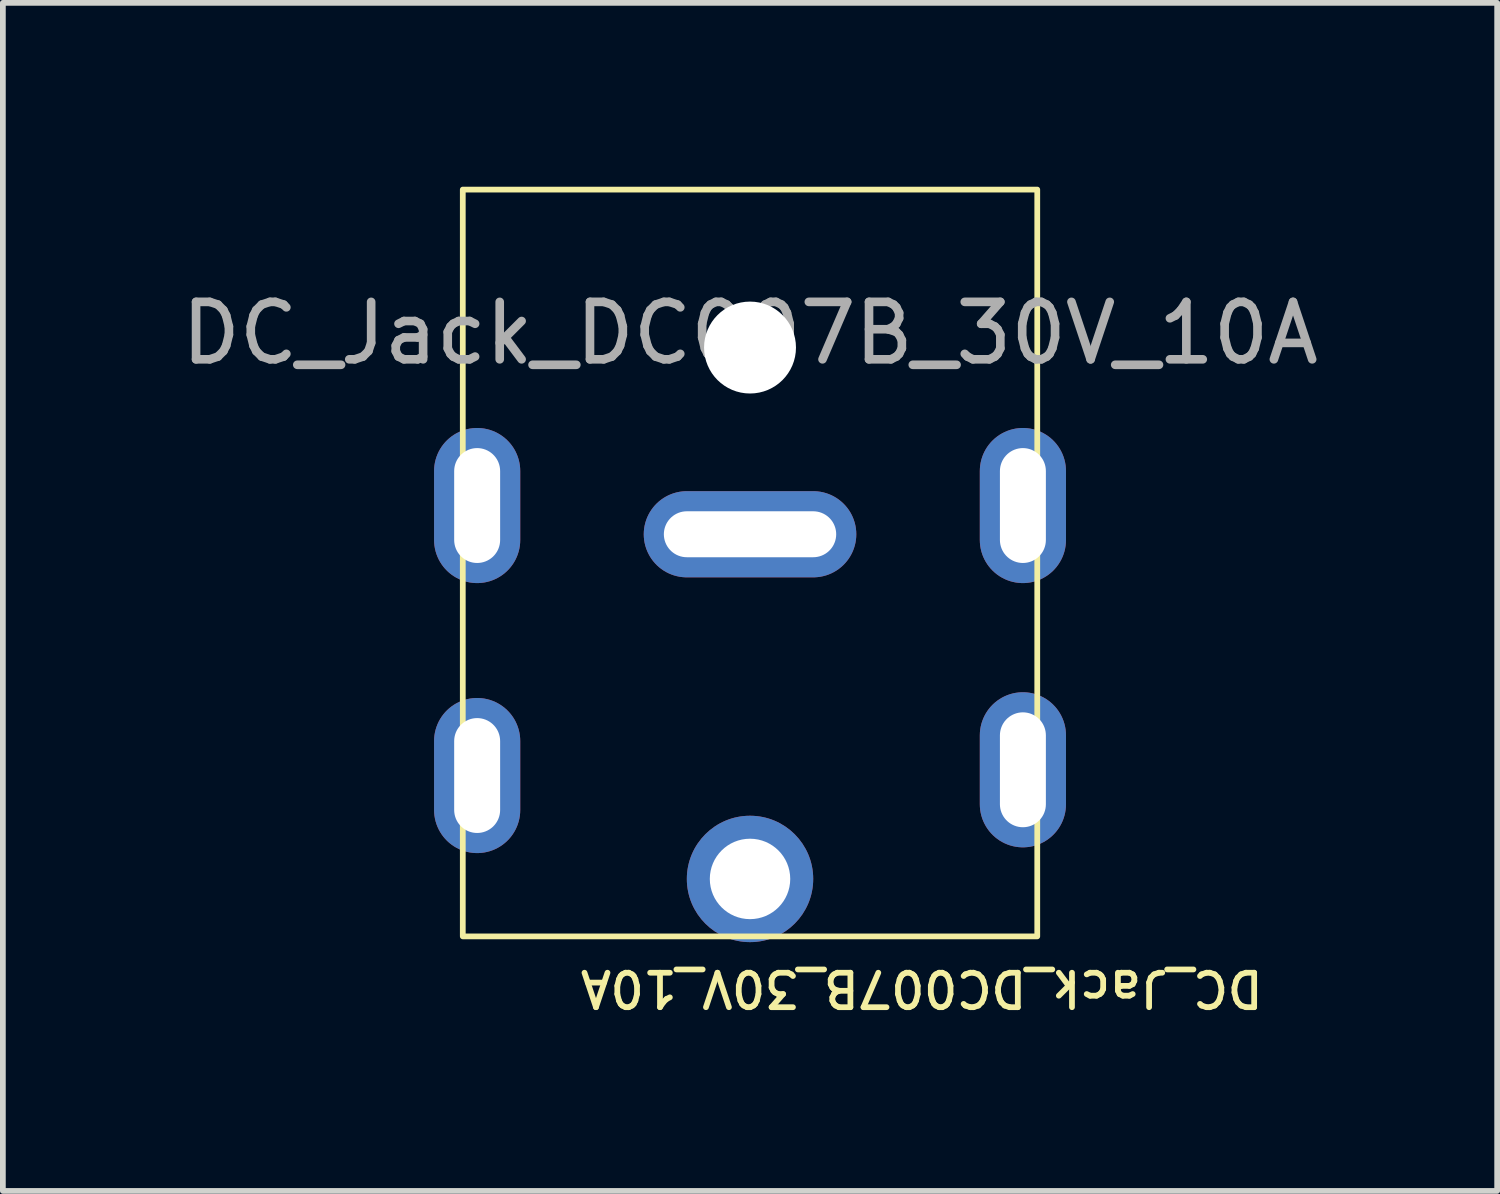
<source format=kicad_pcb>
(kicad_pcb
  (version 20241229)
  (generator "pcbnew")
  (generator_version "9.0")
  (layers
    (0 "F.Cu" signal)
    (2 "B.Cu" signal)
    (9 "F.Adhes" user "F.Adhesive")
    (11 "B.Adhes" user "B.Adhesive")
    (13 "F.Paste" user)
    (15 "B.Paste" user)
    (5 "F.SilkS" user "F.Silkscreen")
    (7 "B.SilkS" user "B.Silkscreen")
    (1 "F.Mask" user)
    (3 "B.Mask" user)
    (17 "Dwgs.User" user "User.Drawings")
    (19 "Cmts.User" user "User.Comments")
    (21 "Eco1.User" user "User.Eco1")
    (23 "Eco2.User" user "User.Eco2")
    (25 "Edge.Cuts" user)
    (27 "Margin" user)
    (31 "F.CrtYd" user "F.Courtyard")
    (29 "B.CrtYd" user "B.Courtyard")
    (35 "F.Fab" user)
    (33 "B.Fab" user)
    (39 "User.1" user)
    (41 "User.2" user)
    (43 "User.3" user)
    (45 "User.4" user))
  (footprint "DC_Jack_DC007B_30V_10A"
    (layer "F.Cu")
    (at 10.006 0.25)
    (property "Reference" "DC_Jack_DC007B_30V_10A" (at 2.99 13.905 180) (unlocked yes) (layer "F.SilkS") (effects (font (size 0.6 0.6) (thickness 0.1))))
    (attr through_hole)
    (fp_rect (start 5 0) (end -5 13) (stroke (width 0.1) (type default)) (fill no) (layer "F.SilkS"))
    (fp_text user "${REFERENCE}" (at 0 2.5 0) (unlocked yes) (layer "F.Fab") (effects (font (size 1 1) (thickness 0.15))))
    (pad "" np_thru_hole circle (at 0 2.75) (size 1.6 1.6) (drill 1.6) (layers "*.Cu" "*.Mask"))
    (pad "1" thru_hole circle (at 0 12) (size 2.2 2.2) (drill 1.4) (layers "*.Cu" "*.Mask"))
    (pad "2" thru_hole oval (at 0 6 90) (size 1.5 3.7) (drill oval 0.8 3) (layers "*.Cu" "*.Mask"))
    (pad "3" thru_hole oval (at -4.75 5.5) (size 1.5 2.7) (drill oval 0.8 2) (layers "*.Cu" "*.Mask"))
    (pad "3" thru_hole oval (at -4.75 10.2) (size 1.5 2.7) (drill oval 0.8 2) (layers "*.Cu" "*.Mask"))
    (pad "3" thru_hole oval (at 4.75 5.5) (size 1.5 2.7) (drill oval 0.8 2) (layers "*.Cu" "*.Mask"))
    (pad "3" thru_hole oval (at 4.75 10.1) (size 1.5 2.7) (drill oval 0.8 2) (layers "*.Cu" "*.Mask")))
  (gr_rect
    (start -3 -3)
    (end 23.012 17.681)
    (stroke (width 0.1) (type default))
    (fill no)
    (layer "Edge.Cuts")))
</source>
